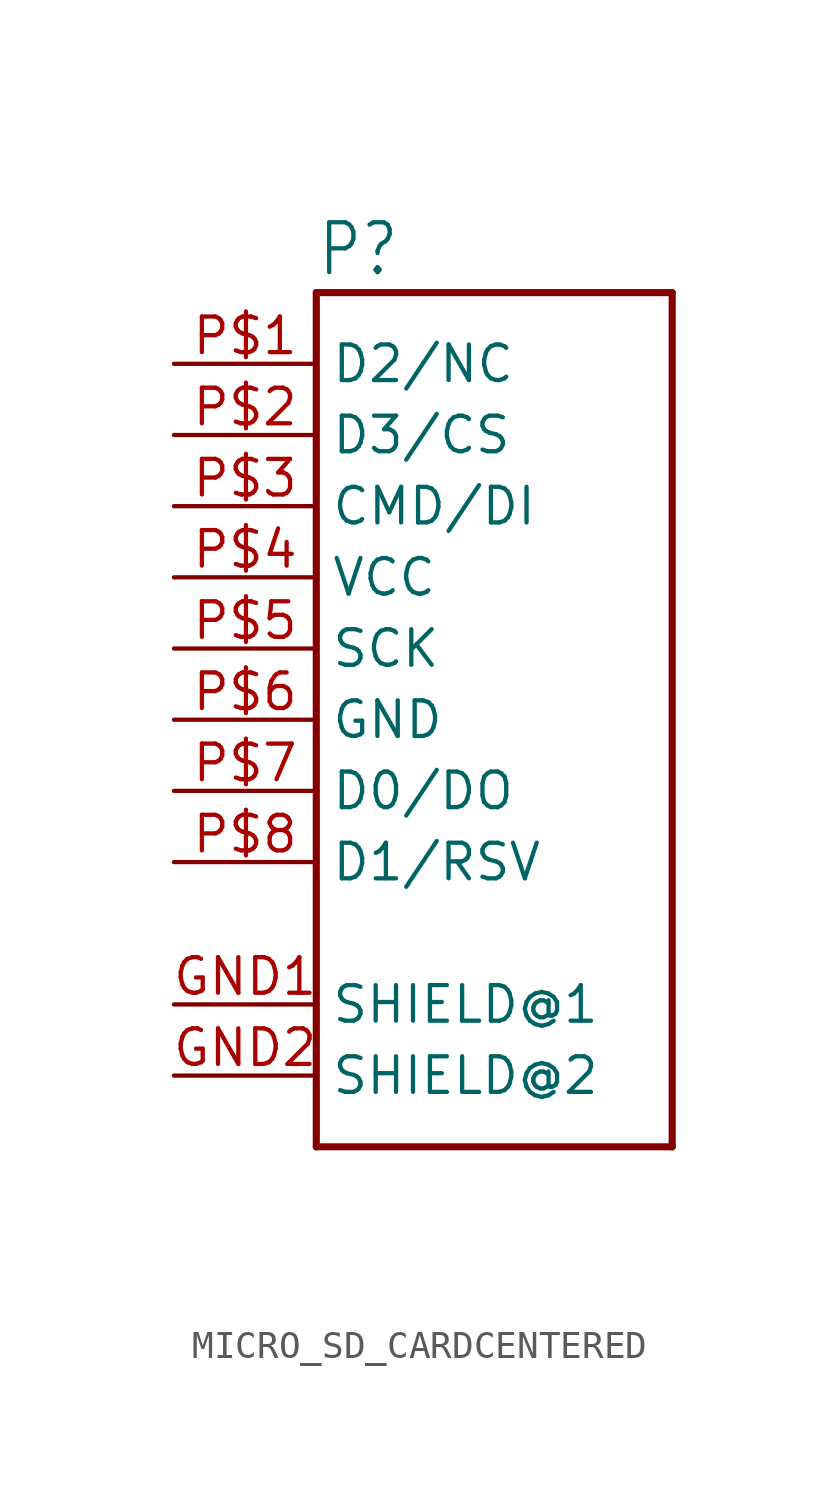
<source format=kicad_sym>
(kicad_symbol_lib
  (version 20231120)
  (generator "kicad_symbol_editor")
  (generator_version "8.0")
  (symbol "MICRO_SD_CARDCENTERED"
    (property "Reference" "P"
      (at -2.54 15.748 0)
      (effects (font (size 1.778 1.511)) (justify left bottom)))
    (property "Value" ""
      (at -2.54 -17.78 0)
      (effects (font (size 1.778 1.511)) (justify left bottom)))
    (property "ki_locked" ""
      (at 0 0 0)
      (effects (font (size 1.27 1.27))))
    (symbol "MICRO_SD_CARDCENTERED_1_0"
      (polyline (pts (xy -2.54 -15.24) (xy -2.54 15.24)) (stroke (width 0.254) (type solid)) (fill (type none)))
      (polyline (pts (xy -2.54 15.24) (xy 10.16 15.24)) (stroke (width 0.254) (type solid)) (fill (type none)))
      (polyline (pts (xy 10.16 -15.24) (xy -2.54 -15.24)) (stroke (width 0.254) (type solid)) (fill (type none)))
      (polyline (pts (xy 10.16 15.24) (xy 10.16 -15.24)) (stroke (width 0.254) (type solid)) (fill (type none)))
      (pin bidirectional line (at -7.62 -10.16 0) (length 5.08) (name "SHIELD@1" (effects (font (size 1.27 1.27)))) (number "GND1" (effects (font (size 1.27 1.27)))))
      (pin bidirectional line (at -7.62 -12.7 0) (length 5.08) (name "SHIELD@2" (effects (font (size 1.27 1.27)))) (number "GND2" (effects (font (size 1.27 1.27)))))
      (pin bidirectional line (at -7.62 12.7 0) (length 5.08) (name "D2/NC" (effects (font (size 1.27 1.27)))) (number "P$1" (effects (font (size 1.27 1.27)))))
      (pin bidirectional line (at -7.62 10.16 0) (length 5.08) (name "D3/CS" (effects (font (size 1.27 1.27)))) (number "P$2" (effects (font (size 1.27 1.27)))))
      (pin bidirectional line (at -7.62 7.62 0) (length 5.08) (name "CMD/DI" (effects (font (size 1.27 1.27)))) (number "P$3" (effects (font (size 1.27 1.27)))))
      (pin bidirectional line (at -7.62 5.08 0) (length 5.08) (name "VCC" (effects (font (size 1.27 1.27)))) (number "P$4" (effects (font (size 1.27 1.27)))))
      (pin bidirectional line (at -7.62 2.54 0) (length 5.08) (name "SCK" (effects (font (size 1.27 1.27)))) (number "P$5" (effects (font (size 1.27 1.27)))))
      (pin bidirectional line (at -7.62 0 0) (length 5.08) (name "GND" (effects (font (size 1.27 1.27)))) (number "P$6" (effects (font (size 1.27 1.27)))))
      (pin bidirectional line (at -7.62 -2.54 0) (length 5.08) (name "D0/DO" (effects (font (size 1.27 1.27)))) (number "P$7" (effects (font (size 1.27 1.27)))))
      (pin bidirectional line (at -7.62 -5.08 0) (length 5.08) (name "D1/RSV" (effects (font (size 1.27 1.27)))) (number "P$8" (effects (font (size 1.27 1.27))))))))
</source>
